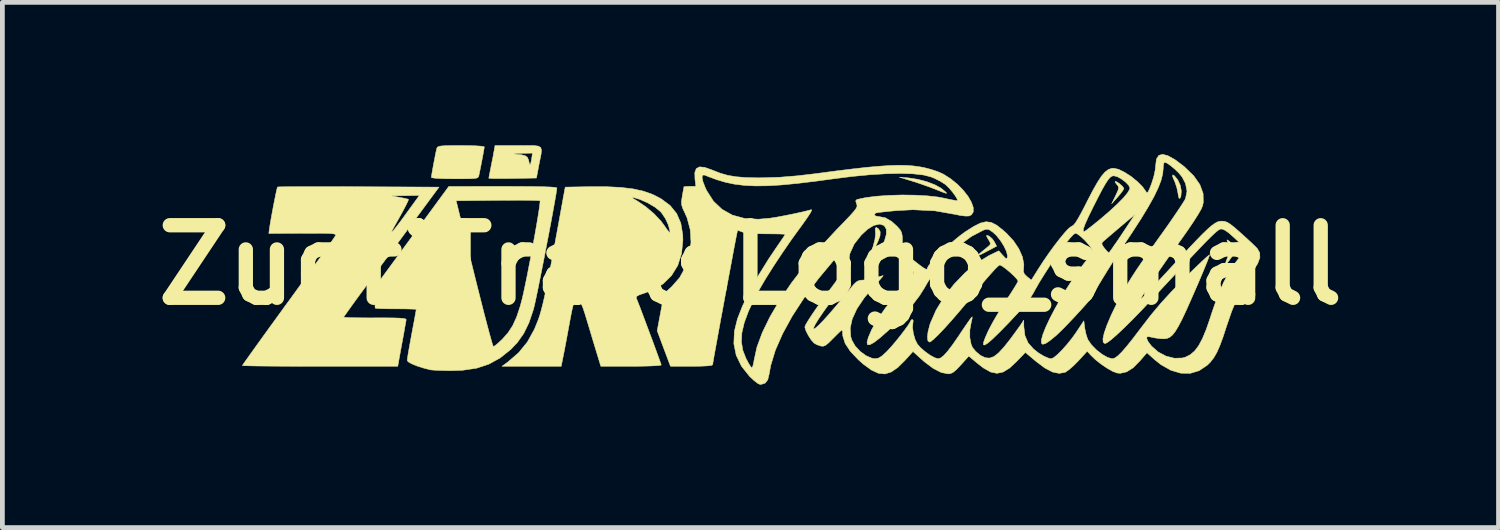
<source format=kicad_pcb>
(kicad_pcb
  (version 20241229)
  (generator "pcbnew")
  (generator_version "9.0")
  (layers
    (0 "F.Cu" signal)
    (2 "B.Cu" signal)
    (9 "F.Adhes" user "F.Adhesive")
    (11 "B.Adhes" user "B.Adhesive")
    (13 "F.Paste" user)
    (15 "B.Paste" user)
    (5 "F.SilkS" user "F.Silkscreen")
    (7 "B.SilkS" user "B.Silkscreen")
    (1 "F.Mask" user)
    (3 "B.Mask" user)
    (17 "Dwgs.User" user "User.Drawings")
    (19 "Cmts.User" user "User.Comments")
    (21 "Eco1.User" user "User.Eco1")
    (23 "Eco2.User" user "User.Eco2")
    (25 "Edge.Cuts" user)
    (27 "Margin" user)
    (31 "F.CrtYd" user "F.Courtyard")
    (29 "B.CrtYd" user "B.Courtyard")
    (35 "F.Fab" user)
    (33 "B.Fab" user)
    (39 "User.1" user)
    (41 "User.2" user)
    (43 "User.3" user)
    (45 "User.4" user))
  (footprint "ZueriTrailsLogo_small"
    (layer "F.Cu")
    (at 12.707 2.514)
    (property "Reference" "ZueriTrailsLogo_small" (at 0 0 0) (layer "F.SilkS") (effects (font (size 1.524 1.524) (thickness 0.3))))
    (attr through_hole)
    (fp_poly (pts (xy 8.899 -1.876) (xy 8.954 -1.811) (xy 8.977 -1.779) (xy 9.026 -1.672) (xy 9.048 -1.552) (xy 9.039 -1.444) (xy 9.021 -1.402) (xy 9.001 -1.399) (xy 8.984 -1.459) (xy 8.978 -1.504) (xy 8.952 -1.629) (xy 8.908 -1.756) (xy 8.897 -1.778) (xy 8.864 -1.859) (xy 8.867 -1.892) (xy 8.899 -1.876)) (stroke (width 0.01) (type solid)) (fill yes) (layer "F.SilkS"))
    (fp_poly (pts (xy 2.692 -0.756) (xy 2.692 -0.756) (xy 2.725 -0.696) (xy 2.721 -0.612) (xy 2.678 -0.494) (xy 2.649 -0.433) (xy 2.588 -0.317) (xy 2.551 -0.258) (xy 2.539 -0.257) (xy 2.551 -0.314) (xy 2.579 -0.402) (xy 2.614 -0.537) (xy 2.627 -0.653) (xy 2.624 -0.69) (xy 2.62 -0.769) (xy 2.642 -0.791) (xy 2.692 -0.756)) (stroke (width 0.01) (type solid)) (fill yes) (layer "F.SilkS"))
    (fp_poly (pts (xy 7.709 -1.736) (xy 7.747 -1.709) (xy 7.809 -1.655) (xy 7.84 -1.611) (xy 7.841 -1.605) (xy 7.821 -1.565) (xy 7.769 -1.496) (xy 7.713 -1.429) (xy 7.585 -1.286) (xy 7.668 -1.456) (xy 7.713 -1.553) (xy 7.731 -1.612) (xy 7.724 -1.651) (xy 7.701 -1.68) (xy 7.657 -1.739) (xy 7.661 -1.758) (xy 7.709 -1.736)) (stroke (width 0.01) (type solid)) (fill yes) (layer "F.SilkS"))
    (fp_poly (pts (xy 3.323 -1.828) (xy 3.512 -1.799) (xy 3.703 -1.749) (xy 3.875 -1.683) (xy 4.009 -1.608) (xy 4.038 -1.585) (xy 4.095 -1.536) (xy 4.12 -1.509) (xy 4.107 -1.505) (xy 4.051 -1.524) (xy 3.944 -1.566) (xy 3.882 -1.591) (xy 3.734 -1.647) (xy 3.56 -1.708) (xy 3.398 -1.761) (xy 3.39 -1.763) (xy 3.127 -1.844) (xy 3.323 -1.828)) (stroke (width 0.01) (type solid)) (fill yes) (layer "F.SilkS"))
    (fp_poly (pts (xy 4.999 -0.612) (xy 5.016 -0.603) (xy 5.077 -0.551) (xy 5.124 -0.482) (xy 5.17 -0.395) (xy 4.942 -0.275) (xy 4.835 -0.22) (xy 4.781 -0.199) (xy 4.781 -0.211) (xy 4.794 -0.224) (xy 4.877 -0.294) (xy 4.966 -0.366) (xy 4.966 -0.366) (xy 5.026 -0.417) (xy 5.04 -0.454) (xy 5.017 -0.503) (xy 5.006 -0.52) (xy 4.963 -0.594) (xy 4.96 -0.623) (xy 4.999 -0.612)) (stroke (width 0.01) (type solid)) (fill yes) (layer "F.SilkS"))
    (fp_poly (pts (xy 10.048 -0.504) (xy 10.097 -0.46) (xy 10.157 -0.393) (xy 10.19 -0.336) (xy 10.192 -0.324) (xy 10.173 -0.275) (xy 10.123 -0.194) (xy 10.052 -0.095) (xy 9.971 0.006) (xy 9.963 0.015) (xy 9.961 0.004) (xy 9.979 -0.053) (xy 10.014 -0.145) (xy 10.018 -0.155) (xy 10.06 -0.264) (xy 10.079 -0.333) (xy 10.077 -0.38) (xy 10.055 -0.424) (xy 10.05 -0.431) (xy 10.009 -0.503) (xy 10.008 -0.528) (xy 10.048 -0.504)) (stroke (width 0.01) (type solid)) (fill yes) (layer "F.SilkS"))
    (fp_poly (pts (xy -5.91 -2.507) (xy -5.766 -2.502) (xy -5.659 -2.495) (xy -5.598 -2.486) (xy -5.588 -2.48) (xy -5.594 -2.439) (xy -5.609 -2.351) (xy -5.631 -2.234) (xy -5.656 -2.103) (xy -5.682 -1.974) (xy -5.701 -1.881) (xy -5.709 -1.854) (xy -5.725 -1.835) (xy -5.76 -1.822) (xy -5.823 -1.815) (xy -5.923 -1.811) (xy -6.07 -1.81) (xy -6.208 -1.81) (xy -6.376 -1.811) (xy -6.52 -1.816) (xy -6.628 -1.823) (xy -6.689 -1.832) (xy -6.699 -1.838) (xy -6.694 -1.884) (xy -6.679 -1.974) (xy -6.658 -2.09) (xy -6.634 -2.215) (xy -6.612 -2.33) (xy -6.593 -2.417) (xy -6.584 -2.453) (xy -6.572 -2.474) (xy -6.545 -2.489) (xy -6.492 -2.499) (xy -6.405 -2.505) (xy -6.273 -2.508) (xy -6.088 -2.508) (xy -6.078 -2.508) (xy -5.91 -2.507)) (stroke (width 0.01) (type solid)) (fill yes) (layer "F.SilkS"))
    (fp_poly (pts (xy -4.543 -2.508) (xy -4.454 -2.496) (xy -4.405 -2.468) (xy -4.388 -2.416) (xy -4.395 -2.332) (xy -4.419 -2.211) (xy -4.439 -2.111) (xy -4.493 -1.826) (xy -4.993 -1.817) (xy -5.163 -1.815) (xy -5.308 -1.815) (xy -5.418 -1.816) (xy -5.481 -1.82) (xy -5.493 -1.823) (xy -5.487 -1.859) (xy -5.471 -1.94) (xy -5.45 -2.049) (xy -5.449 -2.054) (xy -5.423 -2.185) (xy -5.398 -2.309) (xy -5.394 -2.336) (xy -4.964 -2.336) (xy -4.957 -2.33) (xy -4.937 -2.328) (xy -4.808 -2.314) (xy -4.728 -2.294) (xy -4.684 -2.262) (xy -4.661 -2.211) (xy -4.655 -2.186) (xy -4.638 -2.117) (xy -4.623 -2.106) (xy -4.608 -2.154) (xy -4.594 -2.23) (xy -4.576 -2.349) (xy -4.82 -2.344) (xy -4.916 -2.341) (xy -4.964 -2.336) (xy -5.394 -2.336) (xy -5.384 -2.389) (xy -5.363 -2.508) (xy -4.872 -2.508) (xy -4.68 -2.509) (xy -4.543 -2.508)) (stroke (width 0.01) (type solid)) (fill yes) (layer "F.SilkS"))
    (fp_poly (pts (xy -8.692 -1.645) (xy -8.379 -1.644) (xy -8.228 -1.643) (xy -6.539 -1.635) (xy -7.54 -0.279) (xy -7.731 -0.021) (xy -7.909 0.222) (xy -8.072 0.445) (xy -8.217 0.642) (xy -8.339 0.81) (xy -8.435 0.944) (xy -8.502 1.038) (xy -8.537 1.088) (xy -8.541 1.095) (xy -8.511 1.1) (xy -8.426 1.105) (xy -8.297 1.108) (xy -8.132 1.11) (xy -7.941 1.111) (xy -7.882 1.11) (xy -7.654 1.11) (xy -7.483 1.112) (xy -7.362 1.116) (xy -7.283 1.123) (xy -7.241 1.133) (xy -7.228 1.147) (xy -7.228 1.149) (xy -7.236 1.194) (xy -7.253 1.289) (xy -7.276 1.422) (xy -7.305 1.581) (xy -7.32 1.659) (xy -7.405 2.127) (xy -9.037 2.127) (xy -9.352 2.127) (xy -9.647 2.126) (xy -9.916 2.125) (xy -10.153 2.123) (xy -10.353 2.121) (xy -10.508 2.118) (xy -10.614 2.115) (xy -10.665 2.112) (xy -10.668 2.111) (xy -10.65 2.083) (xy -10.598 2.009) (xy -10.515 1.892) (xy -10.406 1.74) (xy -10.273 1.555) (xy -10.12 1.343) (xy -9.95 1.109) (xy -9.768 0.857) (xy -9.699 0.764) (xy -9.512 0.506) (xy -9.336 0.263) (xy -9.175 0.039) (xy -9.032 -0.16) (xy -8.911 -0.33) (xy -8.815 -0.465) (xy -8.749 -0.561) (xy -8.715 -0.612) (xy -8.711 -0.618) (xy -8.71 -0.635) (xy -8.726 -0.647) (xy -8.766 -0.656) (xy -8.838 -0.662) (xy -8.95 -0.665) (xy -9.107 -0.666) (xy -9.318 -0.666) (xy -9.402 -0.666) (xy -10.112 -0.662) (xy -10.102 -0.746) (xy -10.089 -0.831) (xy -10.069 -0.95) (xy -10.044 -1.09) (xy -10.016 -1.239) (xy -9.988 -1.381) (xy -9.973 -1.452) (xy -7.541 -1.452) (xy -7.366 -1.42) (xy -7.268 -1.401) (xy -7.2 -1.385) (xy -7.18 -1.378) (xy -7.189 -1.346) (xy -7.229 -1.262) (xy -7.299 -1.129) (xy -7.397 -0.951) (xy -7.486 -0.794) (xy -7.527 -0.716) (xy -7.532 -0.691) (xy -7.503 -0.717) (xy -7.44 -0.795) (xy -7.343 -0.922) (xy -7.213 -1.1) (xy -7.211 -1.103) (xy -6.952 -1.46) (xy -7.541 -1.452) (xy -9.973 -1.452) (xy -9.963 -1.503) (xy -9.943 -1.593) (xy -9.931 -1.636) (xy -9.931 -1.637) (xy -9.897 -1.64) (xy -9.806 -1.642) (xy -9.663 -1.643) (xy -9.474 -1.645) (xy -9.245 -1.645) (xy -8.983 -1.645) (xy -8.692 -1.645)) (stroke (width 0.01) (type solid)) (fill yes) (layer "F.SilkS"))
    (fp_poly (pts (xy -2.722 -1.629) (xy -2.464 -1.598) (xy -2.243 -1.549) (xy -2.049 -1.48) (xy -1.875 -1.39) (xy -1.875 -1.39) (xy -1.685 -1.248) (xy -1.549 -1.08) (xy -1.462 -0.879) (xy -1.422 -0.639) (xy -1.418 -0.523) (xy -1.446 -0.24) (xy -1.526 0.01) (xy -1.657 0.223) (xy -1.836 0.398) (xy -2.063 0.531) (xy -2.225 0.591) (xy -2.332 0.627) (xy -2.386 0.657) (xy -2.397 0.688) (xy -2.395 0.697) (xy -2.362 0.781) (xy -2.314 0.903) (xy -2.257 1.055) (xy -2.193 1.226) (xy -2.126 1.405) (xy -2.059 1.583) (xy -1.998 1.75) (xy -1.945 1.895) (xy -1.904 2.008) (xy -1.879 2.079) (xy -1.873 2.1) (xy -1.903 2.108) (xy -1.988 2.115) (xy -2.116 2.121) (xy -2.28 2.125) (xy -2.469 2.127) (xy -2.507 2.127) (xy -3.141 2.127) (xy -3.221 1.865) (xy -3.262 1.73) (xy -3.315 1.556) (xy -3.371 1.367) (xy -3.424 1.191) (xy -3.475 1.024) (xy -3.513 0.909) (xy -3.543 0.835) (xy -3.57 0.794) (xy -3.599 0.774) (xy -3.628 0.768) (xy -3.656 0.764) (xy -3.678 0.765) (xy -3.696 0.779) (xy -3.712 0.813) (xy -3.73 0.874) (xy -3.752 0.97) (xy -3.779 1.109) (xy -3.814 1.298) (xy -3.841 1.445) (xy -3.871 1.607) (xy -3.901 1.765) (xy -3.927 1.897) (xy -3.94 1.961) (xy -3.973 2.127) (xy -5.217 2.127) (xy -5.093 2.037) (xy -4.867 1.842) (xy -4.683 1.616) (xy -4.535 1.348) (xy -4.452 1.142) (xy -4.422 1.052) (xy -4.392 0.947) (xy -4.36 0.823) (xy -4.325 0.672) (xy -4.286 0.489) (xy -4.242 0.27) (xy -4.191 0.008) (xy -4.133 -0.302) (xy -4.066 -0.666) (xy -4.022 -0.905) (xy -3.931 -1.408) (xy -2.478 -1.408) (xy -2.43 -1.376) (xy -2.382 -1.348) (xy -2.2 -1.225) (xy -2.025 -1.077) (xy -1.878 -0.921) (xy -1.806 -0.824) (xy -1.75 -0.743) (xy -1.707 -0.691) (xy -1.69 -0.681) (xy -1.691 -0.716) (xy -1.71 -0.791) (xy -1.729 -0.852) (xy -1.783 -0.971) (xy -1.859 -1.085) (xy -1.889 -1.121) (xy -2.004 -1.214) (xy -2.156 -1.304) (xy -2.318 -1.376) (xy -2.429 -1.41) (xy -2.477 -1.418) (xy -2.478 -1.408) (xy -3.931 -1.408) (xy -3.889 -1.635) (xy -3.381 -1.644) (xy -3.025 -1.644) (xy -2.722 -1.629)) (stroke (width 0.01) (type solid)) (fill yes) (layer "F.SilkS"))
    (fp_poly (pts (xy -4.853 -1.649) (xy -4.571 -1.647) (xy -4.351 -1.643) (xy -4.193 -1.637) (xy -4.098 -1.629) (xy -4.064 -1.619) (xy -4.064 -1.618) (xy -4.07 -1.565) (xy -4.087 -1.457) (xy -4.114 -1.305) (xy -4.148 -1.115) (xy -4.188 -0.898) (xy -4.233 -0.66) (xy -4.281 -0.412) (xy -4.329 -0.161) (xy -4.378 0.085) (xy -4.424 0.316) (xy -4.466 0.525) (xy -4.503 0.702) (xy -4.533 0.839) (xy -4.555 0.928) (xy -4.559 0.942) (xy -4.651 1.214) (xy -4.76 1.438) (xy -4.894 1.628) (xy -5.03 1.771) (xy -5.254 1.951) (xy -5.492 2.082) (xy -5.753 2.168) (xy -6.048 2.211) (xy -6.301 2.219) (xy -6.45 2.216) (xy -6.58 2.212) (xy -6.675 2.206) (xy -6.715 2.202) (xy -6.865 2.164) (xy -7.001 2.121) (xy -7.112 2.075) (xy -7.185 2.034) (xy -7.207 2.004) (xy -7.201 1.957) (xy -7.186 1.858) (xy -7.162 1.722) (xy -7.132 1.558) (xy -7.112 1.449) (xy -7.08 1.278) (xy -7.052 1.131) (xy -7.032 1.017) (xy -7.019 0.948) (xy -7.017 0.933) (xy -7.047 0.928) (xy -7.128 0.925) (xy -7.25 0.922) (xy -7.401 0.921) (xy -7.44 0.921) (xy -7.597 0.92) (xy -7.73 0.917) (xy -7.827 0.913) (xy -7.875 0.907) (xy -7.878 0.906) (xy -7.883 0.869) (xy -7.88 0.786) (xy -7.872 0.674) (xy -7.87 0.652) (xy -7.847 0.414) (xy -6.554 -1.349) (xy -6.179 -1.349) (xy -5.802 0.183) (xy -5.727 0.483) (xy -5.656 0.765) (xy -5.591 1.021) (xy -5.532 1.245) (xy -5.482 1.433) (xy -5.442 1.577) (xy -5.414 1.673) (xy -5.398 1.713) (xy -5.397 1.714) (xy -5.362 1.694) (xy -5.297 1.64) (xy -5.215 1.563) (xy -5.212 1.561) (xy -5.091 1.425) (xy -4.991 1.272) (xy -4.908 1.089) (xy -4.833 0.862) (xy -4.794 0.716) (xy -4.765 0.59) (xy -4.73 0.426) (xy -4.69 0.233) (xy -4.649 0.021) (xy -4.606 -0.203) (xy -4.564 -0.429) (xy -4.524 -0.648) (xy -4.488 -0.853) (xy -4.458 -1.033) (xy -4.435 -1.181) (xy -4.421 -1.287) (xy -4.416 -1.343) (xy -4.418 -1.349) (xy -4.453 -1.353) (xy -4.543 -1.356) (xy -4.68 -1.359) (xy -4.856 -1.36) (xy -5.062 -1.359) (xy -5.29 -1.358) (xy -5.307 -1.358) (xy -6.179 -1.349) (xy -6.554 -1.349) (xy -6.334 -1.649) (xy -5.199 -1.65) (xy -4.853 -1.649)) (stroke (width 0.01) (type solid)) (fill yes) (layer "F.SilkS"))
    (fp_poly (pts (xy 8.765 -2.295) (xy 8.911 -2.214) (xy 9.091 -2.079) (xy 9.114 -2.06) (xy 9.307 -1.873) (xy 9.437 -1.688) (xy 9.505 -1.502) (xy 9.509 -1.315) (xy 9.494 -1.243) (xy 9.463 -1.17) (xy 9.396 -1.055) (xy 9.299 -0.903) (xy 9.176 -0.721) (xy 9.049 -0.541) (xy 8.876 -0.299) (xy 8.715 -0.071) (xy 8.57 0.138) (xy 8.443 0.323) (xy 8.339 0.479) (xy 8.261 0.6) (xy 8.212 0.68) (xy 8.197 0.715) (xy 8.198 0.715) (xy 8.221 0.696) (xy 8.282 0.636) (xy 8.374 0.54) (xy 8.492 0.416) (xy 8.631 0.268) (xy 8.784 0.103) (xy 8.79 0.096) (xy 9.018 -0.151) (xy 9.209 -0.355) (xy 9.366 -0.52) (xy 9.493 -0.65) (xy 9.596 -0.749) (xy 9.678 -0.821) (xy 9.745 -0.87) (xy 9.799 -0.901) (xy 9.847 -0.916) (xy 9.891 -0.921) (xy 9.896 -0.921) (xy 9.953 -0.916) (xy 10.009 -0.898) (xy 10.074 -0.858) (xy 10.16 -0.791) (xy 10.278 -0.687) (xy 10.303 -0.665) (xy 10.42 -0.559) (xy 10.524 -0.463) (xy 10.603 -0.387) (xy 10.644 -0.344) (xy 10.694 -0.255) (xy 10.697 -0.153) (xy 10.651 -0.03) (xy 10.556 0.121) (xy 10.537 0.146) (xy 10.377 0.387) (xy 10.234 0.66) (xy 10.104 0.975) (xy 9.998 1.283) (xy 9.922 1.517) (xy 9.854 1.7) (xy 9.791 1.841) (xy 9.727 1.951) (xy 9.657 2.04) (xy 9.593 2.104) (xy 9.422 2.219) (xy 9.235 2.275) (xy 9.036 2.272) (xy 8.829 2.211) (xy 8.62 2.093) (xy 8.481 1.982) (xy 8.326 1.842) (xy 8.18 2.012) (xy 8.036 2.158) (xy 7.9 2.244) (xy 7.768 2.274) (xy 7.698 2.268) (xy 7.608 2.234) (xy 7.49 2.168) (xy 7.361 2.08) (xy 7.239 1.983) (xy 7.147 1.894) (xy 7.071 1.811) (xy 6.886 2.013) (xy 6.789 2.111) (xy 6.694 2.194) (xy 6.62 2.247) (xy 6.605 2.254) (xy 6.482 2.276) (xy 6.342 2.247) (xy 6.182 2.163) (xy 5.998 2.025) (xy 5.773 1.836) (xy 5.593 2.023) (xy 5.442 2.164) (xy 5.307 2.247) (xy 5.177 2.275) (xy 5.043 2.247) (xy 4.894 2.163) (xy 4.769 2.067) (xy 4.585 1.913) (xy 4.417 2.1) (xy 4.324 2.198) (xy 4.254 2.256) (xy 4.195 2.282) (xy 4.151 2.286) (xy 4.006 2.257) (xy 3.838 2.171) (xy 3.65 2.03) (xy 3.604 1.989) (xy 3.413 1.817) (xy 3.243 2.005) (xy 3.093 2.153) (xy 2.956 2.247) (xy 2.824 2.288) (xy 2.688 2.274) (xy 2.541 2.206) (xy 2.373 2.084) (xy 2.267 1.99) (xy 2.098 1.813) (xy 1.989 1.647) (xy 1.94 1.492) (xy 1.937 1.453) (xy 1.932 1.389) (xy 1.922 1.365) (xy 1.894 1.386) (xy 1.834 1.443) (xy 1.754 1.523) (xy 1.733 1.544) (xy 1.643 1.634) (xy 1.58 1.685) (xy 1.531 1.705) (xy 1.482 1.703) (xy 1.471 1.7) (xy 1.389 1.671) (xy 1.337 1.641) (xy 1.277 1.574) (xy 1.216 1.48) (xy 1.167 1.384) (xy 1.147 1.319) (xy 1.326 1.319) (xy 1.327 1.345) (xy 1.362 1.328) (xy 1.428 1.271) (xy 1.524 1.173) (xy 1.648 1.036) (xy 1.797 0.862) (xy 1.972 0.651) (xy 2.082 0.514) (xy 2.165 0.414) (xy 2.225 0.355) (xy 2.278 0.327) (xy 2.337 0.318) (xy 2.352 0.318) (xy 2.453 0.308) (xy 2.574 0.283) (xy 2.622 0.27) (xy 2.713 0.243) (xy 2.774 0.226) (xy 2.789 0.223) (xy 2.774 0.244) (xy 2.725 0.302) (xy 2.65 0.385) (xy 2.606 0.433) (xy 2.392 0.687) (xy 2.236 0.919) (xy 2.138 1.132) (xy 2.095 1.326) (xy 2.107 1.506) (xy 2.129 1.577) (xy 2.199 1.701) (xy 2.305 1.815) (xy 2.43 1.906) (xy 2.555 1.959) (xy 2.62 1.968) (xy 2.687 1.956) (xy 2.758 1.914) (xy 2.848 1.832) (xy 2.878 1.802) (xy 2.962 1.71) (xy 3.057 1.598) (xy 3.152 1.48) (xy 3.239 1.366) (xy 3.31 1.268) (xy 3.354 1.198) (xy 3.365 1.17) (xy 3.39 1.144) (xy 3.399 1.143) (xy 3.419 1.168) (xy 3.413 1.206) (xy 3.404 1.306) (xy 3.42 1.434) (xy 3.457 1.563) (xy 3.505 1.66) (xy 3.573 1.738) (xy 3.67 1.821) (xy 3.775 1.896) (xy 3.873 1.949) (xy 3.942 1.968) (xy 3.995 1.952) (xy 4.06 1.901) (xy 4.143 1.809) (xy 4.246 1.673) (xy 4.375 1.487) (xy 4.419 1.42) (xy 4.504 1.294) (xy 4.576 1.19) (xy 4.628 1.118) (xy 4.654 1.089) (xy 4.656 1.089) (xy 4.655 1.123) (xy 4.639 1.194) (xy 4.635 1.208) (xy 4.607 1.365) (xy 4.607 1.525) (xy 4.634 1.666) (xy 4.664 1.734) (xy 4.732 1.816) (xy 4.822 1.892) (xy 4.84 1.904) (xy 4.934 1.948) (xy 5.022 1.955) (xy 5.113 1.923) (xy 5.212 1.845) (xy 5.328 1.719) (xy 5.452 1.562) (xy 5.538 1.446) (xy 5.615 1.34) (xy 5.671 1.262) (xy 5.687 1.238) (xy 5.739 1.159) (xy 5.741 1.295) (xy 5.764 1.483) (xy 5.83 1.635) (xy 5.943 1.763) (xy 6.052 1.849) (xy 6.168 1.918) (xy 6.271 1.961) (xy 6.319 1.968) (xy 6.37 1.944) (xy 6.449 1.879) (xy 6.546 1.782) (xy 6.65 1.665) (xy 6.752 1.538) (xy 6.833 1.425) (xy 7.001 1.173) (xy 7.02 1.326) (xy 7.043 1.44) (xy 7.076 1.544) (xy 7.089 1.573) (xy 7.163 1.679) (xy 7.267 1.785) (xy 7.385 1.876) (xy 7.5 1.942) (xy 7.596 1.968) (xy 7.6 1.968) (xy 7.65 1.954) (xy 7.714 1.909) (xy 7.796 1.829) (xy 7.901 1.708) (xy 8.032 1.544) (xy 8.194 1.331) (xy 8.212 1.307) (xy 8.408 1.053) (xy 8.608 0.814) (xy 8.828 0.573) (xy 9.082 0.312) (xy 9.104 0.291) (xy 9.252 0.144) (xy 9.385 0.015) (xy 9.497 -0.091) (xy 9.58 -0.167) (xy 9.629 -0.208) (xy 9.639 -0.214) (xy 9.632 -0.182) (xy 9.602 -0.1) (xy 9.553 0.022) (xy 9.489 0.177) (xy 9.414 0.354) (xy 9.384 0.424) (xy 9.257 0.714) (xy 9.152 0.951) (xy 9.063 1.139) (xy 8.988 1.284) (xy 8.923 1.392) (xy 8.864 1.468) (xy 8.808 1.515) (xy 8.751 1.541) (xy 8.689 1.55) (xy 8.619 1.548) (xy 8.605 1.547) (xy 8.499 1.532) (xy 8.41 1.514) (xy 8.39 1.509) (xy 8.333 1.504) (xy 8.319 1.538) (xy 8.348 1.605) (xy 8.418 1.698) (xy 8.421 1.703) (xy 8.564 1.828) (xy 8.73 1.915) (xy 8.903 1.958) (xy 9.069 1.953) (xy 9.134 1.935) (xy 9.237 1.883) (xy 9.328 1.805) (xy 9.411 1.695) (xy 9.491 1.546) (xy 9.572 1.35) (xy 9.658 1.1) (xy 9.679 1.032) (xy 9.804 0.672) (xy 9.936 0.362) (xy 10.073 0.108) (xy 10.182 -0.048) (xy 10.279 -0.172) (xy 10.338 -0.26) (xy 10.359 -0.327) (xy 10.34 -0.387) (xy 10.281 -0.457) (xy 10.183 -0.55) (xy 10.171 -0.561) (xy 10.054 -0.666) (xy 9.968 -0.728) (xy 9.906 -0.754) (xy 9.877 -0.755) (xy 9.855 -0.749) (xy 9.826 -0.732) (xy 9.786 -0.701) (xy 9.732 -0.653) (xy 9.661 -0.585) (xy 9.569 -0.493) (xy 9.454 -0.374) (xy 9.312 -0.224) (xy 9.139 -0.041) (xy 8.933 0.18) (xy 8.69 0.44) (xy 8.435 0.715) (xy 8.218 0.945) (xy 8.019 1.15) (xy 7.843 1.324) (xy 7.693 1.465) (xy 7.574 1.569) (xy 7.488 1.632) (xy 7.444 1.651) (xy 7.407 1.625) (xy 7.402 1.549) (xy 7.429 1.426) (xy 7.487 1.261) (xy 7.573 1.057) (xy 7.689 0.817) (xy 7.718 0.76) (xy 7.788 0.627) (xy 7.857 0.501) (xy 7.931 0.376) (xy 8.015 0.242) (xy 8.113 0.092) (xy 8.232 -0.082) (xy 8.377 -0.288) (xy 8.551 -0.534) (xy 8.635 -0.651) (xy 8.764 -0.833) (xy 8.883 -1.004) (xy 8.985 -1.155) (xy 9.066 -1.278) (xy 9.119 -1.363) (xy 9.136 -1.395) (xy 9.167 -1.549) (xy 9.136 -1.71) (xy 9.065 -1.846) (xy 9.003 -1.923) (xy 8.919 -2.006) (xy 8.829 -2.082) (xy 8.749 -2.138) (xy 8.695 -2.159) (xy 8.678 -2.131) (xy 8.668 -2.061) (xy 8.668 -2.037) (xy 8.657 -1.916) (xy 8.623 -1.779) (xy 8.563 -1.622) (xy 8.475 -1.438) (xy 8.355 -1.223) (xy 8.202 -0.971) (xy 8.012 -0.677) (xy 7.918 -0.536) (xy 7.774 -0.319) (xy 7.638 -0.108) (xy 7.513 0.089) (xy 7.404 0.266) (xy 7.314 0.415) (xy 7.25 0.53) (xy 7.213 0.604) (xy 7.207 0.625) (xy 7.186 0.659) (xy 7.13 0.729) (xy 7.045 0.826) (xy 6.941 0.942) (xy 6.826 1.067) (xy 6.708 1.192) (xy 6.596 1.309) (xy 6.497 1.407) (xy 6.421 1.479) (xy 6.413 1.486) (xy 6.285 1.59) (xy 6.195 1.65) (xy 6.137 1.665) (xy 6.11 1.642) (xy 6.11 1.57) (xy 6.142 1.455) (xy 6.202 1.304) (xy 6.286 1.124) (xy 6.39 0.925) (xy 6.509 0.713) (xy 6.639 0.497) (xy 6.776 0.285) (xy 6.916 0.084) (xy 7.021 -0.055) (xy 7.094 -0.155) (xy 7.149 -0.243) (xy 7.175 -0.301) (xy 7.176 -0.308) (xy 7.153 -0.361) (xy 7.096 -0.437) (xy 7.079 -0.455) (xy 7.378 -0.455) (xy 7.392 -0.41) (xy 7.433 -0.353) (xy 7.485 -0.292) (xy 7.521 -0.258) (xy 7.525 -0.257) (xy 7.547 -0.281) (xy 7.597 -0.35) (xy 7.669 -0.454) (xy 7.757 -0.583) (xy 7.807 -0.658) (xy 8.074 -1.061) (xy 7.759 -0.795) (xy 7.637 -0.691) (xy 7.53 -0.6) (xy 7.449 -0.53) (xy 7.404 -0.491) (xy 7.401 -0.489) (xy 7.378 -0.455) (xy 7.079 -0.455) (xy 7.019 -0.521) (xy 6.937 -0.597) (xy 6.866 -0.651) (xy 6.825 -0.667) (xy 6.783 -0.641) (xy 6.715 -0.569) (xy 6.625 -0.459) (xy 6.52 -0.32) (xy 6.406 -0.159) (xy 6.288 0.014) (xy 6.173 0.193) (xy 6.065 0.367) (xy 5.972 0.53) (xy 5.939 0.592) (xy 5.869 0.704) (xy 5.761 0.843) (xy 5.611 1.014) (xy 5.416 1.222) (xy 5.403 1.235) (xy 5.225 1.417) (xy 5.086 1.552) (xy 4.986 1.639) (xy 4.921 1.68) (xy 4.892 1.675) (xy 4.895 1.625) (xy 4.929 1.53) (xy 4.991 1.39) (xy 5.012 1.348) (xy 5.079 1.221) (xy 5.17 1.062) (xy 5.274 0.892) (xy 5.377 0.732) (xy 5.466 0.597) (xy 5.54 0.48) (xy 5.593 0.392) (xy 5.618 0.343) (xy 5.62 0.338) (xy 5.597 0.298) (xy 5.537 0.233) (xy 5.457 0.158) (xy 5.371 0.086) (xy 5.294 0.029) (xy 5.241 0.001) (xy 5.235 0.000195) (xy 5.2 0.024) (xy 5.132 0.091) (xy 5.039 0.194) (xy 4.925 0.325) (xy 4.797 0.479) (xy 4.754 0.532) (xy 4.564 0.764) (xy 4.384 0.978) (xy 4.218 1.17) (xy 4.07 1.334) (xy 3.945 1.465) (xy 3.847 1.559) (xy 3.782 1.611) (xy 3.76 1.619) (xy 3.726 1.592) (xy 3.716 1.516) (xy 3.729 1.402) (xy 3.765 1.262) (xy 3.778 1.222) (xy 3.899 0.946) (xy 4.068 0.67) (xy 4.274 0.405) (xy 4.506 0.164) (xy 4.752 -0.04) (xy 5.003 -0.194) (xy 5.013 -0.199) (xy 5.215 -0.298) (xy 5.289 -0.213) (xy 5.351 -0.147) (xy 5.384 -0.133) (xy 5.396 -0.168) (xy 5.397 -0.198) (xy 5.376 -0.285) (xy 5.323 -0.397) (xy 5.248 -0.516) (xy 5.164 -0.621) (xy 5.096 -0.684) (xy 5.022 -0.736) (xy 4.967 -0.752) (xy 4.907 -0.737) (xy 4.887 -0.729) (xy 4.639 -0.599) (xy 4.389 -0.415) (xy 4.147 -0.189) (xy 3.923 0.071) (xy 3.727 0.354) (xy 3.646 0.494) (xy 3.551 0.644) (xy 3.417 0.82) (xy 3.253 1.01) (xy 3.07 1.204) (xy 2.88 1.389) (xy 2.721 1.529) (xy 2.594 1.627) (xy 2.506 1.675) (xy 2.458 1.674) (xy 2.448 1.622) (xy 2.476 1.52) (xy 2.542 1.367) (xy 2.542 1.365) (xy 2.664 1.148) (xy 2.834 0.904) (xy 3.047 0.64) (xy 3.203 0.466) (xy 3.313 0.345) (xy 3.383 0.258) (xy 3.417 0.196) (xy 3.421 0.148) (xy 3.4 0.105) (xy 3.389 0.091) (xy 3.335 0.036) (xy 3.254 -0.034) (xy 3.163 -0.107) (xy 3.078 -0.17) (xy 3.012 -0.212) (xy 2.987 -0.222) (xy 2.944 -0.207) (xy 2.862 -0.168) (xy 2.757 -0.112) (xy 2.73 -0.097) (xy 2.627 -0.041) (xy 2.55 -0.003) (xy 2.511 0.011) (xy 2.508 0.01) (xy 2.525 -0.023) (xy 2.57 -0.092) (xy 2.624 -0.169) (xy 2.739 -0.349) (xy 2.816 -0.51) (xy 2.854 -0.647) (xy 2.852 -0.754) (xy 2.809 -0.826) (xy 2.726 -0.857) (xy 2.707 -0.857) (xy 2.589 -0.831) (xy 2.459 -0.75) (xy 2.329 -0.63) (xy 2.179 -0.44) (xy 2.089 -0.242) (xy 2.055 -0.026) (xy 2.067 0.175) (xy 2.051 0.224) (xy 1.997 0.32) (xy 1.908 0.457) (xy 1.785 0.633) (xy 1.684 0.772) (xy 1.536 0.978) (xy 1.428 1.137) (xy 1.359 1.25) (xy 1.326 1.319) (xy 1.147 1.319) (xy 1.143 1.308) (xy 1.143 1.3) (xy 1.161 1.254) (xy 1.212 1.167) (xy 1.289 1.048) (xy 1.388 0.904) (xy 1.501 0.746) (xy 1.515 0.727) (xy 1.888 0.221) (xy 1.89 -0.021) (xy 1.892 -0.264) (xy 1.77 -0.124) (xy 1.427 0.288) (xy 1.129 0.688) (xy 0.878 1.074) (xy 0.676 1.442) (xy 0.524 1.788) (xy 0.426 2.11) (xy 0.394 2.287) (xy 0.364 2.411) (xy 0.309 2.481) (xy 0.223 2.508) (xy 0.202 2.508) (xy 0.154 2.487) (xy 0.079 2.429) (xy -0.008 2.349) (xy -0.016 2.341) (xy -0.188 2.125) (xy -0.299 1.896) (xy -0.348 1.653) (xy -0.337 1.392) (xy -0.273 1.133) (xy -0.165 0.858) (xy -0.016 0.55) (xy 0.17 0.216) (xy 0.387 -0.133) (xy 0.559 -0.388) (xy 0.633 -0.495) (xy 0.691 -0.581) (xy 0.725 -0.633) (xy 0.73 -0.643) (xy 0.7 -0.647) (xy 0.619 -0.651) (xy 0.498 -0.653) (xy 0.349 -0.654) (xy 0.325 -0.654) (xy 0.133 -0.657) (xy -0.023 -0.667) (xy -0.133 -0.682) (xy -0.171 -0.693) (xy -0.237 -0.718) (xy -0.271 -0.724) (xy -0.271 -0.723) (xy -0.278 -0.691) (xy -0.296 -0.604) (xy -0.322 -0.47) (xy -0.355 -0.297) (xy -0.393 -0.091) (xy -0.436 0.138) (xy -0.482 0.385) (xy -0.53 0.64) (xy -0.577 0.897) (xy -0.624 1.148) (xy -0.667 1.384) (xy -0.706 1.599) (xy -0.74 1.785) (xy -0.767 1.934) (xy -0.785 2.039) (xy -0.793 2.092) (xy -0.794 2.096) (xy -0.824 2.109) (xy -0.912 2.119) (xy -1.049 2.125) (xy -1.23 2.127) (xy -1.236 2.127) (xy -1.678 2.127) (xy -1.741 1.961) (xy -1.787 1.838) (xy -1.842 1.692) (xy -1.881 1.587) (xy -1.958 1.381) (xy -1.885 0.99) (xy -1.811 0.598) (xy -1.653 0.456) (xy -1.486 0.265) (xy -1.362 0.038) (xy -1.282 -0.214) (xy -1.248 -0.477) (xy -1.264 -0.74) (xy -1.33 -0.989) (xy -1.37 -1.078) (xy -1.42 -1.185) (xy -1.445 -1.262) (xy -1.448 -1.336) (xy -1.433 -1.434) (xy -1.431 -1.449) (xy -1.413 -1.548) (xy -1.4 -1.618) (xy -1.397 -1.641) (xy -1.369 -1.647) (xy -1.299 -1.651) (xy -1.271 -1.651) (xy -1.146 -1.651) (xy -1.165 -1.809) (xy -1.165 -1.839) (xy -1.016 -1.839) (xy -0.997 -1.749) (xy -0.948 -1.623) (xy -0.919 -1.562) (xy -0.776 -1.339) (xy -0.595 -1.168) (xy -0.378 -1.047) (xy -0.123 -0.978) (xy 0.168 -0.961) (xy 0.417 -0.983) (xy 0.566 -1.007) (xy 0.741 -1.04) (xy 0.923 -1.077) (xy 1.092 -1.114) (xy 1.229 -1.148) (xy 1.28 -1.163) (xy 1.285 -1.146) (xy 1.254 -1.086) (xy 1.189 -0.987) (xy 1.095 -0.854) (xy 1.07 -0.82) (xy 0.868 -0.542) (xy 0.671 -0.256) (xy 0.485 0.025) (xy 0.318 0.29) (xy 0.179 0.528) (xy 0.093 0.687) (xy -0.04 0.969) (xy -0.13 1.212) (xy -0.18 1.426) (xy -0.189 1.617) (xy -0.159 1.795) (xy -0.093 1.963) (xy -0.041 2.061) (xy 0.003 2.131) (xy 0.03 2.159) (xy 0.03 2.159) (xy 0.048 2.131) (xy 0.067 2.058) (xy 0.077 1.997) (xy 0.137 1.723) (xy 0.249 1.42) (xy 0.408 1.093) (xy 0.612 0.745) (xy 0.858 0.382) (xy 1.143 0.009) (xy 1.464 -0.37) (xy 1.818 -0.751) (xy 1.837 -0.77) (xy 1.985 -0.922) (xy 2.093 -1.036) (xy 2.167 -1.119) (xy 2.213 -1.178) (xy 2.235 -1.22) (xy 2.239 -1.252) (xy 2.23 -1.281) (xy 2.229 -1.284) (xy 2.21 -1.344) (xy 2.23 -1.371) (xy 2.248 -1.378) (xy 2.427 -1.416) (xy 2.653 -1.444) (xy 2.911 -1.462) (xy 3.184 -1.47) (xy 3.456 -1.466) (xy 3.713 -1.452) (xy 3.937 -1.427) (xy 4.064 -1.403) (xy 4.186 -1.376) (xy 4.283 -1.358) (xy 4.339 -1.351) (xy 4.346 -1.352) (xy 4.341 -1.386) (xy 4.302 -1.451) (xy 4.243 -1.532) (xy 4.173 -1.614) (xy 4.104 -1.681) (xy 4.084 -1.697) (xy 3.992 -1.755) (xy 3.872 -1.816) (xy 3.79 -1.85) (xy 3.632 -1.89) (xy 3.42 -1.914) (xy 3.158 -1.923) (xy 2.852 -1.916) (xy 2.509 -1.895) (xy 2.134 -1.859) (xy 1.778 -1.814) (xy 1.347 -1.756) (xy 0.97 -1.711) (xy 0.642 -1.68) (xy 0.355 -1.663) (xy 0.103 -1.66) (xy -0.123 -1.671) (xy -0.329 -1.696) (xy -0.521 -1.736) (xy -0.707 -1.791) (xy -0.894 -1.86) (xy -0.96 -1.888) (xy -1.004 -1.887) (xy -1.016 -1.839) (xy -1.165 -1.839) (xy -1.168 -1.941) (xy -1.137 -2.024) (xy -1.069 -2.06) (xy -0.96 -2.05) (xy -0.808 -1.996) (xy -0.79 -1.988) (xy -0.633 -1.927) (xy -0.476 -1.882) (xy -0.303 -1.853) (xy -0.1 -1.836) (xy 0.146 -1.83) (xy 0.254 -1.831) (xy 0.609 -1.842) (xy 0.99 -1.873) (xy 1.381 -1.919) (xy 1.788 -1.973) (xy 2.138 -2.016) (xy 2.439 -2.05) (xy 2.696 -2.073) (xy 2.916 -2.088) (xy 3.106 -2.094) (xy 3.272 -2.091) (xy 3.421 -2.08) (xy 3.558 -2.061) (xy 3.645 -2.045) (xy 3.789 -2.008) (xy 3.933 -1.96) (xy 4.046 -1.91) (xy 4.046 -1.91) (xy 4.203 -1.811) (xy 4.346 -1.695) (xy 4.47 -1.568) (xy 4.57 -1.44) (xy 4.641 -1.316) (xy 4.679 -1.206) (xy 4.68 -1.115) (xy 4.639 -1.052) (xy 4.589 -1.029) (xy 4.518 -1.027) (xy 4.411 -1.039) (xy 4.312 -1.06) (xy 3.876 -1.137) (xy 3.412 -1.16) (xy 3.068 -1.142) (xy 2.911 -1.127) (xy 2.778 -1.113) (xy 2.68 -1.1) (xy 2.63 -1.092) (xy 2.627 -1.09) (xy 2.601 -1.056) (xy 2.629 -1.028) (xy 2.7 -1.016) (xy 2.7 -1.016) (xy 2.833 -0.991) (xy 2.967 -0.913) (xy 3.08 -0.811) (xy 3.141 -0.742) (xy 3.174 -0.682) (xy 3.188 -0.606) (xy 3.191 -0.49) (xy 3.191 -0.49) (xy 3.191 -0.285) (xy 3.429 -0.095) (xy 3.553 0.002) (xy 3.636 0.062) (xy 3.686 0.089) (xy 3.709 0.087) (xy 3.715 0.066) (xy 3.738 0.02) (xy 3.801 -0.058) (xy 3.894 -0.158) (xy 4.009 -0.272) (xy 4.137 -0.391) (xy 4.267 -0.506) (xy 4.392 -0.609) (xy 4.501 -0.69) (xy 4.513 -0.698) (xy 4.689 -0.81) (xy 4.829 -0.88) (xy 4.947 -0.908) (xy 5.056 -0.894) (xy 5.169 -0.837) (xy 5.298 -0.736) (xy 5.377 -0.665) (xy 5.523 -0.509) (xy 5.636 -0.34) (xy 5.711 -0.171) (xy 5.741 -0.015) (xy 5.738 0.04) (xy 5.732 0.131) (xy 5.751 0.188) (xy 5.805 0.241) (xy 5.81 0.246) (xy 5.899 0.317) (xy 6.044 0.085) (xy 6.155 -0.086) (xy 6.273 -0.257) (xy 6.392 -0.42) (xy 6.505 -0.565) (xy 6.604 -0.684) (xy 6.636 -0.718) (xy 6.987 -0.718) (xy 7.004 -0.701) (xy 7.015 -0.704) (xy 7.05 -0.727) (xy 7.123 -0.783) (xy 7.224 -0.863) (xy 7.341 -0.958) (xy 7.344 -0.96) (xy 7.535 -1.124) (xy 7.698 -1.274) (xy 7.828 -1.405) (xy 7.918 -1.513) (xy 7.964 -1.591) (xy 7.969 -1.615) (xy 7.943 -1.672) (xy 7.878 -1.74) (xy 7.791 -1.806) (xy 7.701 -1.855) (xy 7.63 -1.873) (xy 7.593 -1.866) (xy 7.554 -1.841) (xy 7.51 -1.79) (xy 7.456 -1.708) (xy 7.387 -1.588) (xy 7.301 -1.423) (xy 7.194 -1.212) (xy 7.098 -1.016) (xy 7.032 -0.871) (xy 6.996 -0.773) (xy 6.987 -0.718) (xy 6.636 -0.718) (xy 6.684 -0.769) (xy 6.738 -0.81) (xy 6.744 -0.812) (xy 6.778 -0.832) (xy 6.821 -0.881) (xy 6.875 -0.966) (xy 6.946 -1.093) (xy 7.038 -1.27) (xy 7.064 -1.323) (xy 7.183 -1.553) (xy 7.283 -1.73) (xy 7.368 -1.861) (xy 7.444 -1.95) (xy 7.515 -2.004) (xy 7.585 -2.029) (xy 7.625 -2.032) (xy 7.729 -2.009) (xy 7.856 -1.947) (xy 7.994 -1.858) (xy 8.125 -1.751) (xy 8.236 -1.639) (xy 8.305 -1.542) (xy 8.324 -1.518) (xy 8.345 -1.529) (xy 8.373 -1.582) (xy 8.414 -1.685) (xy 8.424 -1.711) (xy 8.469 -1.853) (xy 8.499 -1.993) (xy 8.509 -2.091) (xy 8.525 -2.222) (xy 8.572 -2.299) (xy 8.652 -2.324) (xy 8.765 -2.295)) (stroke (width 0.01) (type solid)) (fill yes) (layer "F.SilkS")))
  (gr_rect
    (start -3 -3)
    (end 28.415 8.028)
    (stroke (width 0.1) (type default))
    (fill no)
    (layer "Edge.Cuts")))
</source>
